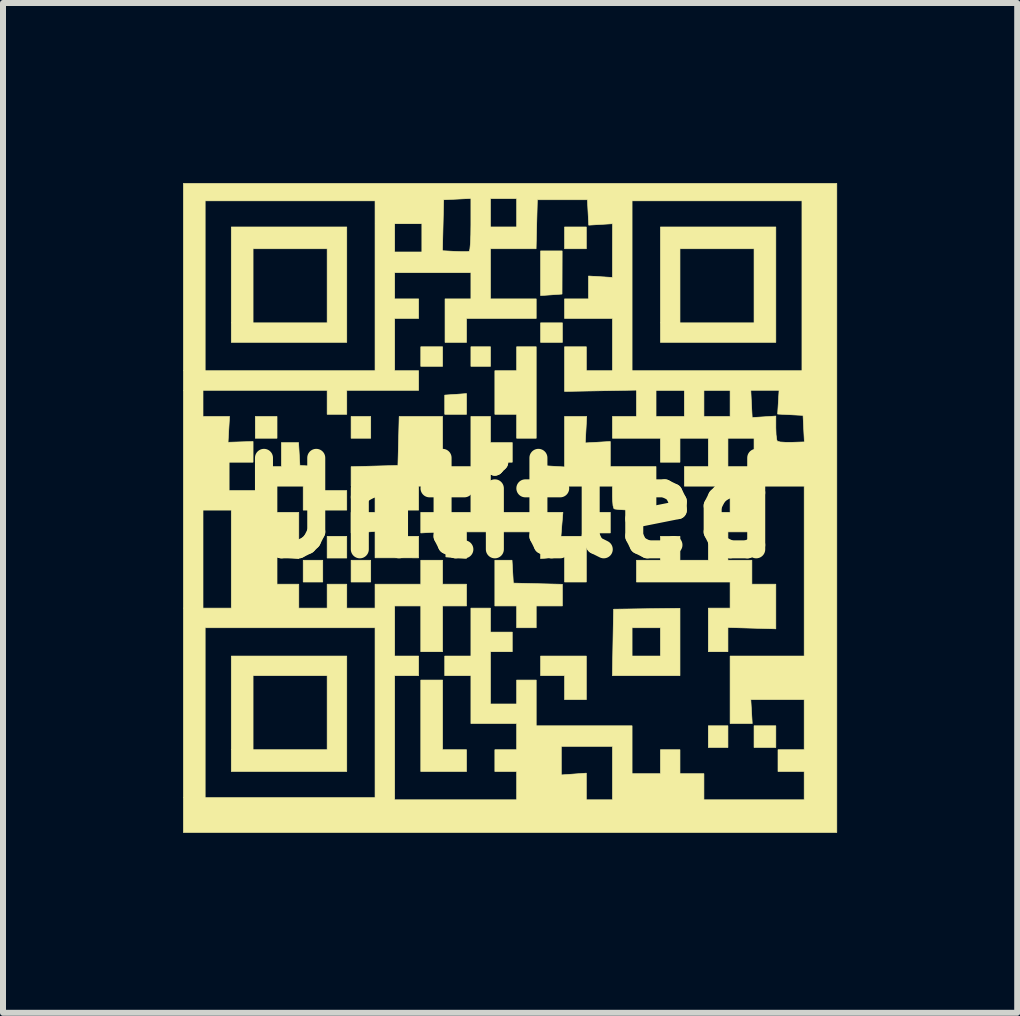
<source format=kicad_pcb>
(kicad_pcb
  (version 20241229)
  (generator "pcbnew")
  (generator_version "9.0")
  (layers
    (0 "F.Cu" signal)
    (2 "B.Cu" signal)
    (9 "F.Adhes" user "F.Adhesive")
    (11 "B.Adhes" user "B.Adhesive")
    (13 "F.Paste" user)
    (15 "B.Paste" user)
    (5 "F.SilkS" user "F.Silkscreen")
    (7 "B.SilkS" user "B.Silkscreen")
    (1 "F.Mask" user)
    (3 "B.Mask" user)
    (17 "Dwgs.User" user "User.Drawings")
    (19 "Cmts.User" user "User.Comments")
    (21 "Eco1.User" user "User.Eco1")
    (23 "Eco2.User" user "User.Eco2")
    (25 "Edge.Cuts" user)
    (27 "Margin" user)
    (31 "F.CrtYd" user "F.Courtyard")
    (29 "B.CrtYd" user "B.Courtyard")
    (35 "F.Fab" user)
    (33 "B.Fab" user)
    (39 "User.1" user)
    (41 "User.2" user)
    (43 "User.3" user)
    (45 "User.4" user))
  (footprint "Untitled"
    (layer "F.Cu")
    (at 5.448 5.412)
    (property "Reference" "Untitled" (at 0 0 0) (layer "F.SilkS") (effects (font (size 1.524 1.524) (thickness 0.3))))
    (attr through_hole)
    (fp_poly (pts (xy -3.883 -1.161) (xy -4.245 -1.161) (xy -4.245 -1.524) (xy -3.883 -1.524)) (stroke (width 0.01) (type solid)) (fill yes) (layer "F.SilkS"))
    (fp_poly (pts (xy -3.121 1.234) (xy -3.447 1.234) (xy -3.447 0.871) (xy -3.121 0.871)) (stroke (width 0.01) (type solid)) (fill yes) (layer "F.SilkS"))
    (fp_poly (pts (xy -2.721 0.835) (xy -3.048 0.835) (xy -3.048 0.472) (xy -2.721 0.472)) (stroke (width 0.01) (type solid)) (fill yes) (layer "F.SilkS"))
    (fp_poly (pts (xy -2.322 -1.161) (xy -2.649 -1.161) (xy -2.649 -1.524) (xy -2.322 -1.524)) (stroke (width 0.01) (type solid)) (fill yes) (layer "F.SilkS"))
    (fp_poly (pts (xy -2.322 1.234) (xy -2.649 1.234) (xy -2.649 0.871) (xy -2.322 0.871)) (stroke (width 0.01) (type solid)) (fill yes) (layer "F.SilkS"))
    (fp_poly (pts (xy -1.125 -2.359) (xy -1.488 -2.359) (xy -1.488 -2.685) (xy -1.125 -2.685)) (stroke (width 0.01) (type solid)) (fill yes) (layer "F.SilkS"))
    (fp_poly (pts (xy -0.327 -2.359) (xy -0.653 -2.359) (xy -0.653 -2.685) (xy -0.327 -2.685)) (stroke (width 0.01) (type solid)) (fill yes) (layer "F.SilkS"))
    (fp_poly (pts (xy 0.871 -2.758) (xy 0.508 -2.758) (xy 0.508 -3.084) (xy 0.871 -3.084)) (stroke (width 0.01) (type solid)) (fill yes) (layer "F.SilkS"))
    (fp_poly (pts (xy 1.27 -4.318) (xy 0.907 -4.318) (xy 0.907 -4.681) (xy 1.27 -4.681)) (stroke (width 0.01) (type solid)) (fill yes) (layer "F.SilkS"))
    (fp_poly (pts (xy 1.669 0.417) (xy 1.306 0.417) (xy 1.306 0.073) (xy 1.669 0.073)) (stroke (width 0.01) (type solid)) (fill yes) (layer "F.SilkS"))
    (fp_poly (pts (xy 3.629 3.991) (xy 3.302 3.991) (xy 3.302 3.629) (xy 3.629 3.629)) (stroke (width 0.01) (type solid)) (fill yes) (layer "F.SilkS"))
    (fp_poly (pts (xy 4.427 3.991) (xy 4.064 3.991) (xy 4.064 3.629) (xy 4.427 3.629)) (stroke (width 0.01) (type solid)) (fill yes) (layer "F.SilkS"))
    (fp_poly (pts (xy -1.125 4.028) (xy -0.726 4.028) (xy -0.726 4.391) (xy -1.488 4.391) (xy -1.488 2.867) (xy -1.125 2.867)) (stroke (width 0.01) (type solid)) (fill yes) (layer "F.SilkS"))
    (fp_poly (pts (xy -0.726 -1.733) (xy -0.726 -1.56) (xy -1.089 -1.56) (xy -1.089 -1.88) (xy -0.907 -1.892) (xy -0.726 -1.905)) (stroke (width 0.01) (type solid)) (fill yes) (layer "F.SilkS"))
    (fp_poly (pts (xy 0.865 -3.563) (xy 0.686 -3.55) (xy 0.508 -3.538) (xy 0.508 -3.91) (xy 0.508 -4.282) (xy 0.867 -4.282)) (stroke (width 0.01) (type solid)) (fill yes) (layer "F.SilkS"))
    (fp_poly (pts (xy 1.27 3.193) (xy 0.907 3.193) (xy 0.907 2.794) (xy 0.508 2.794) (xy 0.508 2.467) (xy 1.27 2.467)) (stroke (width 0.01) (type solid)) (fill yes) (layer "F.SilkS"))
    (fp_poly (pts (xy 0.435 -1.161) (xy 0.109 -1.161) (xy 0.109 -1.56) (xy -0.254 -1.56) (xy -0.254 -2.286) (xy 0.109 -2.286) (xy 0.109 -2.685) (xy 0.435 -2.685)) (stroke (width 0.01) (type solid)) (fill yes) (layer "F.SilkS"))
    (fp_poly (pts (xy -2.721 -2.758) (xy -4.645 -2.758) (xy -4.645 -4.318) (xy -4.282 -4.318) (xy -4.282 -3.084) (xy -3.048 -3.084) (xy -3.048 -4.318) (xy -4.282 -4.318) (xy -4.645 -4.318) (xy -4.645 -4.681) (xy -2.721 -4.681)) (stroke (width 0.01) (type solid)) (fill yes) (layer "F.SilkS"))
    (fp_poly (pts (xy -2.721 4.391) (xy -4.645 4.391) (xy -4.645 2.794) (xy -4.282 2.794) (xy -4.282 4.028) (xy -3.048 4.028) (xy -3.048 2.794) (xy -4.282 2.794) (xy -4.645 2.794) (xy -4.645 2.467) (xy -2.721 2.467)) (stroke (width 0.01) (type solid)) (fill yes) (layer "F.SilkS"))
    (fp_poly (pts (xy 4.427 -2.758) (xy 2.504 -2.758) (xy 2.504 -4.318) (xy 2.83 -4.318) (xy 2.83 -3.084) (xy 4.064 -3.084) (xy 4.064 -4.318) (xy 2.83 -4.318) (xy 2.504 -4.318) (xy 2.504 -4.681) (xy 4.427 -4.681)) (stroke (width 0.01) (type solid)) (fill yes) (layer "F.SilkS"))
    (fp_poly (pts (xy 0.043 1.061) (xy 0.054 1.252) (xy 0.463 1.262) (xy 0.871 1.272) (xy 0.871 1.633) (xy 0.435 1.633) (xy 0.435 1.996) (xy 0.109 1.996) (xy 0.109 1.633) (xy -0.254 1.633) (xy -0.254 0.871) (xy 0.032 0.871)) (stroke (width 0.01) (type solid)) (fill yes) (layer "F.SilkS"))
    (fp_poly (pts (xy 2.83 2.794) (xy 1.704 2.794) (xy 1.718 1.996) (xy 2.032 1.996) (xy 2.032 2.467) (xy 2.504 2.467) (xy 2.504 1.996) (xy 2.032 1.996) (xy 1.718 1.996) (xy 1.724 1.687) (xy 2.277 1.679) (xy 2.83 1.672)) (stroke (width 0.01) (type solid)) (fill yes) (layer "F.SilkS"))
    (fp_poly (pts (xy 1.264 -1.303) (xy 1.252 -1.083) (xy 1.669 -1.107) (xy 1.669 -0.898) (xy 1.669 -0.689) (xy 2.431 -0.689) (xy 2.431 0.036) (xy 2.092 0.036) (xy 1.942 0.034) (xy 1.821 0.027) (xy 1.745 0.018) (xy 1.73 0.012) (xy 1.715 -0.036) (xy 1.707 -0.13) (xy 1.705 -0.187) (xy 1.705 -0.363) (xy 0.508 -0.363) (xy 0.508 -0.535) (xy 0.508 -0.708) (xy 0.708 -0.695) (xy 0.907 -0.683) (xy 0.907 -1.524) (xy 1.276 -1.524)) (stroke (width 0.01) (type solid)) (fill yes) (layer "F.SilkS"))
    (fp_poly (pts (xy -1.125 -0.689) (xy -0.653 -0.689) (xy -0.653 -1.524) (xy -0.327 -1.524) (xy -0.327 -1.089) (xy 0.036 -1.089) (xy 0.036 -0.762) (xy -0.327 -0.762) (xy -0.327 0.073) (xy 0.88 0.073) (xy 0.863 0.272) (xy 0.847 0.472) (xy 1.27 0.472) (xy 1.27 1.234) (xy 0.907 1.234) (xy 0.907 0.81) (xy 0.508 0.844) (xy 0.508 0.399) (xy -0.726 0.399) (xy -0.726 0.839) (xy -1.07 0.816) (xy -1.068 0.394) (xy -1.488 0.417) (xy -1.488 0.245) (xy -1.488 0.073) (xy -0.653 0.073) (xy -0.653 -0.363) (xy -1.524 -0.363) (xy -1.524 0.036) (xy -1.923 0.036) (xy -1.923 0.472) (xy -1.524 0.472) (xy -1.524 0.832) (xy -1.887 0.831) (xy -2.25 0.831) (xy -2.25 0.392) (xy -2.449 0.405) (xy -2.649 0.417) (xy -2.649 0.245) (xy -2.649 0.073) (xy -2.25 0.073) (xy -2.25 -0.363) (xy -2.649 -0.363) (xy -2.649 -0.525) (xy -2.649 -0.687) (xy -1.869 -0.708) (xy -1.858 -1.116) (xy -1.848 -1.524) (xy -1.125 -1.524)) (stroke (width 0.01) (type solid)) (fill yes) (layer "F.SilkS"))
    (fp_poly (pts (xy 5.443 5.407) (xy -5.443 5.407) (xy -5.443 1.996) (xy -5.08 1.996) (xy -5.08 4.826) (xy -2.25 4.826) (xy -2.25 1.996) (xy -5.08 1.996) (xy -5.443 1.996) (xy -5.443 0.036) (xy -5.116 0.036) (xy -5.116 1.669) (xy -4.645 1.669) (xy -4.645 0.036) (xy -5.116 0.036) (xy -5.443 0.036) (xy -5.443 -1.959) (xy -5.116 -1.959) (xy -5.116 -1.524) (xy -4.674 -1.524) (xy -4.699 -1.094) (xy -4.282 -1.107) (xy -4.282 -0.934) (xy -4.282 -0.762) (xy -4.681 -0.762) (xy -4.681 -0.29) (xy -4.245 -0.29) (xy -4.245 -0.689) (xy -3.81 -0.689) (xy -3.81 -1.089) (xy -3.524 -1.089) (xy -3.513 -0.898) (xy -3.502 -0.708) (xy -3.311 -0.697) (xy -3.121 -0.686) (xy -3.121 -0.29) (xy -2.721 -0.29) (xy -2.721 0.036) (xy -3.447 0.036) (xy -3.447 -0.363) (xy -3.883 -0.363) (xy -3.883 0.073) (xy -3.52 0.073) (xy -3.52 0.842) (xy -3.701 0.829) (xy -3.883 0.816) (xy -3.883 1.043) (xy -3.883 1.27) (xy -3.52 1.27) (xy -3.52 1.669) (xy -3.048 1.669) (xy -3.048 1.27) (xy -2.721 1.27) (xy -2.721 1.669) (xy -2.25 1.669) (xy -2.25 1.27) (xy -1.488 1.27) (xy -1.488 0.871) (xy -1.125 0.871) (xy -1.125 1.27) (xy -0.726 1.27) (xy -0.726 1.633) (xy -1.125 1.633) (xy -1.125 2.395) (xy -1.488 2.395) (xy -1.488 1.633) (xy -1.923 1.633) (xy -1.923 2.467) (xy -1.524 2.467) (xy -1.524 2.794) (xy -1.923 2.794) (xy -1.923 4.862) (xy 0.109 4.862) (xy 0.109 4.391) (xy -0.254 4.391) (xy -0.254 4.028) (xy 0.109 4.028) (xy 0.109 3.973) (xy 0.853 3.973) (xy 0.853 4.448) (xy 1.061 4.433) (xy 1.27 4.418) (xy 1.27 4.862) (xy 1.705 4.862) (xy 1.705 3.973) (xy 0.853 3.973) (xy 0.109 3.973) (xy 0.109 3.592) (xy -0.653 3.592) (xy -0.653 2.794) (xy -1.089 2.794) (xy -1.089 2.467) (xy -0.653 2.467) (xy -0.653 1.669) (xy -0.327 1.669) (xy -0.327 2.068) (xy 0.036 2.068) (xy 0.036 2.395) (xy -0.327 2.395) (xy -0.327 3.266) (xy 0.109 3.266) (xy 0.109 2.867) (xy 0.435 2.867) (xy 0.435 3.629) (xy 2.032 3.629) (xy 2.032 4.427) (xy 2.504 4.427) (xy 2.504 4.028) (xy 2.83 4.028) (xy 2.83 4.427) (xy 3.229 4.427) (xy 3.229 4.862) (xy 4.899 4.862) (xy 4.899 4.391) (xy 4.463 4.391) (xy 4.463 4.028) (xy 4.899 4.028) (xy 4.899 3.193) (xy 4.454 3.193) (xy 4.01 3.193) (xy 4.022 3.393) (xy 4.034 3.592) (xy 3.665 3.592) (xy 3.665 2.467) (xy 4.899 2.467) (xy 4.899 -0.363) (xy 4.028 -0.363) (xy 4.024 -0.154) (xy 4.024 0.001) (xy 4.025 0.16) (xy 4.027 0.227) (xy 4.033 0.399) (xy 3.629 0.399) (xy 3.629 0.871) (xy 4.028 0.871) (xy 4.028 1.27) (xy 4.427 1.27) (xy 4.427 1.642) (xy 4.427 2.014) (xy 3.629 1.991) (xy 3.629 2.395) (xy 3.302 2.395) (xy 3.302 1.669) (xy 3.665 1.669) (xy 3.665 1.234) (xy 2.105 1.234) (xy 2.105 0.871) (xy 2.504 0.871) (xy 2.504 0.472) (xy 2.83 0.472) (xy 2.83 0.871) (xy 3.302 0.871) (xy 3.302 0.073) (xy 3.665 0.073) (xy 3.665 -0.363) (xy 2.903 -0.363) (xy 2.903 -0.689) (xy 3.302 -0.689) (xy 3.302 -1.161) (xy 3.629 -1.161) (xy 3.629 -0.689) (xy 4.064 -0.689) (xy 4.064 -1.161) (xy 3.629 -1.161) (xy 3.302 -1.161) (xy 2.83 -1.161) (xy 2.83 -0.762) (xy 2.504 -0.762) (xy 2.504 -1.161) (xy 1.705 -1.161) (xy 1.705 -1.524) (xy 2.105 -1.524) (xy 2.105 -1.959) (xy 2.431 -1.959) (xy 2.431 -1.524) (xy 2.903 -1.524) (xy 2.903 -1.959) (xy 3.229 -1.959) (xy 3.229 -1.524) (xy 3.665 -1.524) (xy 3.665 -1.959) (xy 3.229 -1.959) (xy 2.903 -1.959) (xy 2.431 -1.959) (xy 2.105 -1.959) (xy 2.105 -1.96) (xy 4.01 -1.96) (xy 4.021 -1.733) (xy 4.033 -1.506) (xy 4.23 -1.518) (xy 4.427 -1.531) (xy 4.427 -1.334) (xy 4.431 -1.22) (xy 4.442 -1.137) (xy 4.452 -1.112) (xy 4.499 -1.099) (xy 4.596 -1.093) (xy 4.689 -1.093) (xy 4.902 -1.1) (xy 4.891 -1.321) (xy 4.88 -1.542) (xy 4.669 -1.553) (xy 4.457 -1.564) (xy 4.469 -1.762) (xy 4.481 -1.96) (xy 4.245 -1.96) (xy 4.01 -1.96) (xy 2.105 -1.96) (xy 2.105 -1.963) (xy 1.506 -1.952) (xy 0.907 -1.941) (xy 0.907 -2.313) (xy 0.907 -2.685) (xy 1.27 -2.685) (xy 1.27 -2.286) (xy 1.705 -2.286) (xy 1.705 -3.157) (xy 0.907 -3.157) (xy 0.907 -3.483) (xy 1.306 -3.483) (xy 1.306 -3.674) (xy 1.306 -3.864) (xy 1.705 -3.84) (xy 1.705 -4.287) (xy 1.706 -4.735) (xy 1.31 -4.711) (xy 1.299 -4.923) (xy 1.289 -5.116) (xy 2.032 -5.116) (xy 2.032 -2.286) (xy 4.862 -2.286) (xy 4.862 -5.116) (xy 2.032 -5.116) (xy 1.289 -5.116) (xy 1.288 -5.134) (xy 0.454 -5.134) (xy 0.443 -4.726) (xy 0.433 -4.318) (xy -0.327 -4.318) (xy -0.327 -3.483) (xy 0.435 -3.483) (xy 0.435 -3.157) (xy -0.726 -3.157) (xy -0.726 -2.758) (xy -1.084 -2.758) (xy -1.084 -3.483) (xy -0.653 -3.483) (xy -0.653 -3.919) (xy -1.923 -3.919) (xy -1.923 -3.483) (xy -1.524 -3.483) (xy -1.524 -3.157) (xy -1.923 -3.157) (xy -1.923 -2.286) (xy -1.524 -2.286) (xy -1.524 -1.959) (xy -2.721 -1.959) (xy -2.721 -1.56) (xy -3.048 -1.56) (xy -3.048 -1.959) (xy -5.116 -1.959) (xy -5.443 -1.959) (xy -5.443 -5.116) (xy -5.08 -5.116) (xy -5.08 -2.286) (xy -2.25 -2.286) (xy -2.25 -4.735) (xy -1.923 -4.735) (xy -1.923 -4.264) (xy -1.47 -4.264) (xy -1.47 -4.285) (xy -1.127 -4.285) (xy -0.917 -4.274) (xy -0.799 -4.27) (xy -0.712 -4.271) (xy -0.68 -4.275) (xy -0.67 -4.313) (xy -0.661 -4.41) (xy -0.655 -4.55) (xy -0.653 -4.719) (xy -0.653 -4.721) (xy -0.653 -5.153) (xy -0.327 -5.153) (xy -0.327 -4.681) (xy 0.109 -4.681) (xy 0.109 -5.153) (xy -0.327 -5.153) (xy -0.653 -5.153) (xy -0.653 -5.156) (xy -0.88 -5.145) (xy -1.107 -5.134) (xy -1.117 -4.71) (xy -1.127 -4.285) (xy -1.47 -4.285) (xy -1.47 -4.735) (xy -1.923 -4.735) (xy -2.25 -4.735) (xy -2.25 -5.116) (xy -5.08 -5.116) (xy -5.443 -5.116) (xy -5.443 -5.407) (xy 5.443 -5.407)) (stroke (width 0.01) (type solid)) (fill yes) (layer "F.SilkS")))
  (gr_rect
    (start -3 -3)
    (end 13.896 13.823)
    (stroke (width 0.1) (type default))
    (fill no)
    (layer "Edge.Cuts")))
</source>
